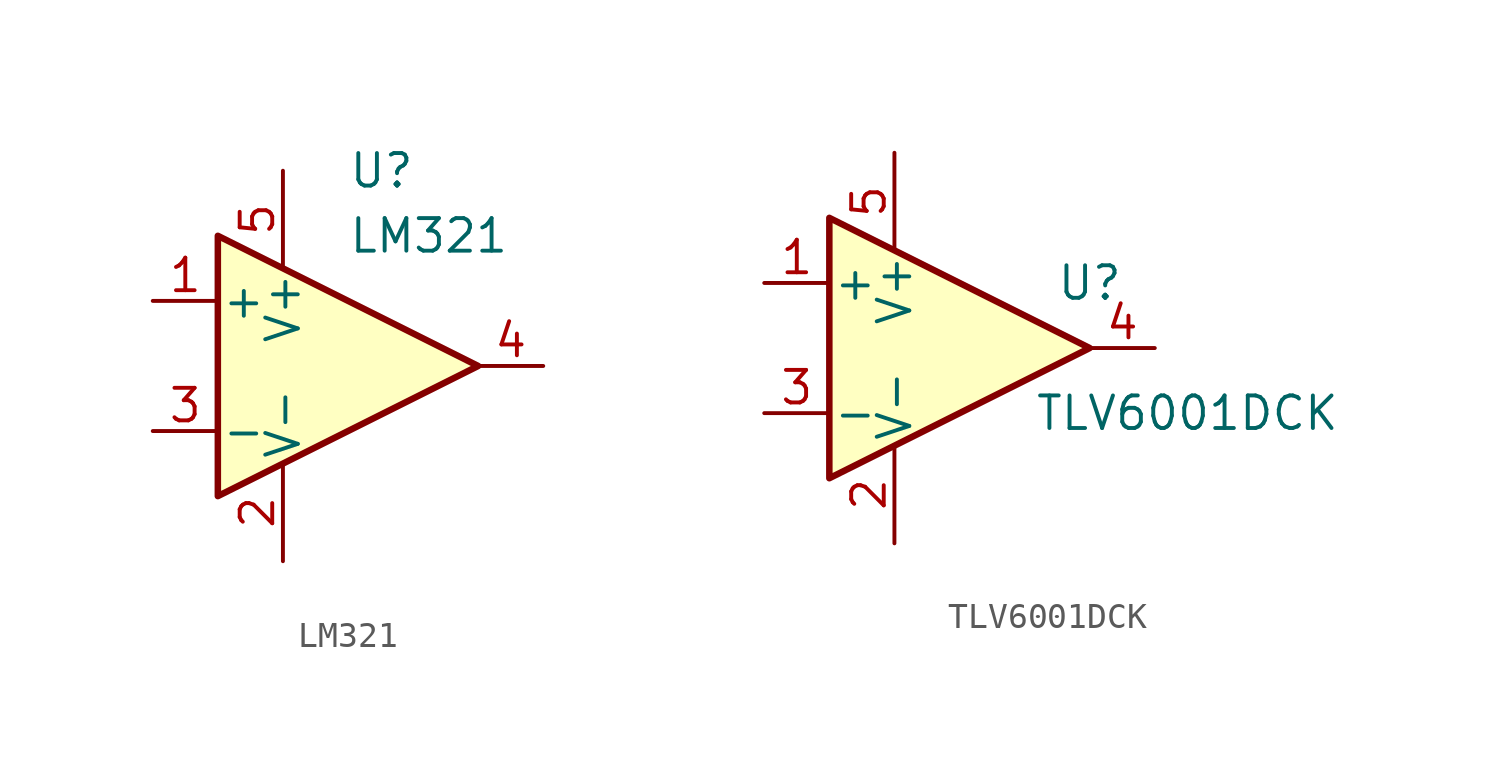
<source format=kicad_sym>
(kicad_symbol_lib
  (version 20241209)
  (generator "kicad_symbol_editor")
  (generator_version "9.0")
  (symbol "LM321"
    (pin_names
      (offset 0.127))
    (property "Reference" "U"
      (at 0 7.62 0)
      (effects (font (size 1.27 1.27)) (justify left)))
    (property "Value" "LM321"
      (at 0 5.08 0)
      (effects (font (size 1.27 1.27)) (justify left)))
    (symbol "LM321_0_1"
      (polyline (pts (xy -5.08 5.08) (xy 5.08 0) (xy -5.08 -5.08) (xy -5.08 5.08)) (stroke (width 0.254) (type default)) (fill (type background))))
    (symbol "LM321_1_1"
      (pin input line (at -7.62 2.54 0) (length 2.54) (name "+" (effects (font (size 1.27 1.27)))) (number "1" (effects (font (size 1.27 1.27)))))
      (pin input line (at -7.62 -2.54 0) (length 2.54) (name "-" (effects (font (size 1.27 1.27)))) (number "3" (effects (font (size 1.27 1.27)))))
      (pin power_in line (at -2.54 7.62 270) (length 3.81) (name "V+" (effects (font (size 1.27 1.27)))) (number "5" (effects (font (size 1.27 1.27)))))
      (pin power_in line (at -2.54 -7.62 90) (length 3.81) (name "V-" (effects (font (size 1.27 1.27)))) (number "2" (effects (font (size 1.27 1.27)))))
      (pin output line (at 7.62 0 180) (length 2.54) (name "~" (effects (font (size 1.27 1.27)))) (number "4" (effects (font (size 1.27 1.27)))))))
  (symbol "TLV6001DCK"
    (pin_names
      (offset 0.127))
    (property "Reference" "U"
      (at 7.62 2.54 0)
      (effects (font (size 1.27 1.27))))
    (property "Value" "TLV6001DCK"
      (at 11.43 -2.54 0)
      (effects (font (size 1.27 1.27))))
    (symbol "TLV6001DCK_0_1"
      (polyline (pts (xy -2.54 5.08) (xy -2.54 -5.08) (xy 7.62 0) (xy -2.54 5.08)) (stroke (width 0.254) (type default)) (fill (type background))))
    (symbol "TLV6001DCK_1_1"
      (pin input line (at -5.08 2.54 0) (length 2.54) (name "+" (effects (font (size 1.27 1.27)))) (number "1" (effects (font (size 1.27 1.27)))))
      (pin input line (at -5.08 -2.54 0) (length 2.54) (name "-" (effects (font (size 1.27 1.27)))) (number "3" (effects (font (size 1.27 1.27)))))
      (pin power_in line (at 0 7.62 270) (length 3.81) (name "V+" (effects (font (size 1.27 1.27)))) (number "5" (effects (font (size 1.27 1.27)))))
      (pin power_in line (at 0 -7.62 90) (length 3.81) (name "V-" (effects (font (size 1.27 1.27)))) (number "2" (effects (font (size 1.27 1.27)))))
      (pin output line (at 10.16 0 180) (length 2.54) (name "~" (effects (font (size 1.27 1.27)))) (number "4" (effects (font (size 1.27 1.27))))))))
</source>
